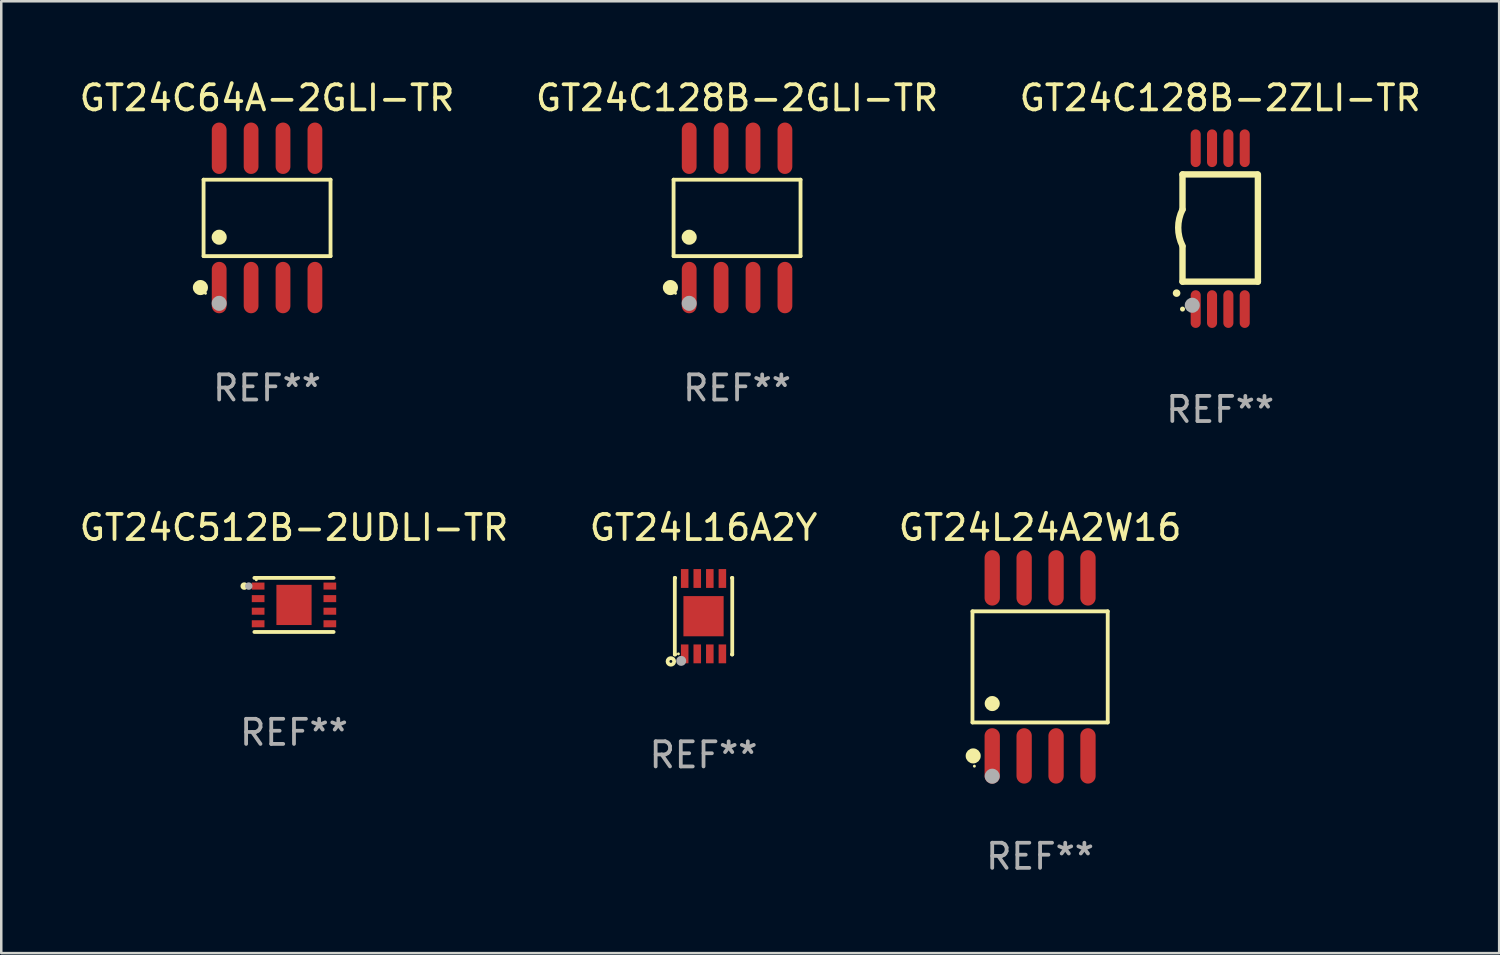
<source format=kicad_pcb>
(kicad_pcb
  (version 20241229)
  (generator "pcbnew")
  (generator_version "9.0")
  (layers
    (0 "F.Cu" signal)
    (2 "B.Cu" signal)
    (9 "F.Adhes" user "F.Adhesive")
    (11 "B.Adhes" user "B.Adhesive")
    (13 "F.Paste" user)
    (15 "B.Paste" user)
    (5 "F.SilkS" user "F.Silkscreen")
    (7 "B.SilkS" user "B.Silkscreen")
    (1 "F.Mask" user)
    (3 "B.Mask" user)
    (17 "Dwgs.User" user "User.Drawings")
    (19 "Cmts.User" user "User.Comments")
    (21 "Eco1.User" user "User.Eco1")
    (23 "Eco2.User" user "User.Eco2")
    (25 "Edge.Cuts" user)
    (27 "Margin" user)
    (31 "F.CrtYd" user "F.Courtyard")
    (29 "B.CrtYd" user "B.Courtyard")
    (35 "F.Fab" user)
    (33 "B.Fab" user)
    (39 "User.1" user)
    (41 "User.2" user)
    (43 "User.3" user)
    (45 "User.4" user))
  (footprint "GT24C128B-2GLI-TR"
    (layer "F.Cu")
    (at 26.28 5.621)
    (property "Reference" "GT24C128B-2GLI-TR" (at 0 -4.772 0) (layer "F.SilkS") (effects (font (size 1 1) (thickness 0.15))))
    (attr through_hole)
    (fp_line (start -2.526 -1.521) (end 2.526 -1.521) (stroke (width 0.152) (type solid)) (layer "F.SilkS"))
    (fp_line (start -2.526 1.521) (end -2.526 -1.521) (stroke (width 0.152) (type solid)) (layer "F.SilkS"))
    (fp_line (start 2.526 -1.521) (end 2.526 1.521) (stroke (width 0.152) (type solid)) (layer "F.SilkS"))
    (fp_line (start 2.526 1.521) (end -2.526 1.521) (stroke (width 0.152) (type solid)) (layer "F.SilkS"))
    (fp_circle (center -2.652 2.772) (end -2.501 2.772) (stroke (width 0.3) (type solid)) (fill no) (layer "F.SilkS"))
    (fp_circle (center -2.45 3) (end -2.42 3) (stroke (width 0.06) (type solid)) (fill no) (layer "F.SilkS"))
    (fp_circle (center -1.905 0.769) (end -1.755 0.769) (stroke (width 0.3) (type solid)) (fill no) (layer "F.SilkS"))
    (fp_circle (center -1.905 3.4) (end -1.755 3.4) (stroke (width 0.3) (type solid)) (fill no) (layer "F.Fab"))
    (fp_text user "REF**" (at 0 6.772 0) (layer "F.Fab") (effects (font (size 1 1) (thickness 0.15))))
    (pad "1" smd oval (at -1.905 2.772) (size 0.588 2.045) (layers "F.Cu" "F.Mask" "F.Paste"))
    (pad "2" smd oval (at -0.635 2.772) (size 0.588 2.045) (layers "F.Cu" "F.Mask" "F.Paste"))
    (pad "3" smd oval (at 0.635 2.772) (size 0.588 2.045) (layers "F.Cu" "F.Mask" "F.Paste"))
    (pad "4" smd oval (at 1.905 2.772) (size 0.588 2.045) (layers "F.Cu" "F.Mask" "F.Paste"))
    (pad "5" smd oval (at 1.905 -2.772) (size 0.588 2.045) (layers "F.Cu" "F.Mask" "F.Paste"))
    (pad "6" smd oval (at 0.635 -2.772) (size 0.588 2.045) (layers "F.Cu" "F.Mask" "F.Paste"))
    (pad "7" smd oval (at -0.635 -2.772) (size 0.588 2.045) (layers "F.Cu" "F.Mask" "F.Paste"))
    (pad "8" smd oval (at -1.905 -2.772) (size 0.588 2.045) (layers "F.Cu" "F.Mask" "F.Paste")))
  (footprint "GT24L24A2W16"
    (layer "F.Cu")
    (at 38.339 23.488)
    (property "Reference" "GT24L24A2W16" (at 0 -5.542 0) (layer "F.SilkS") (effects (font (size 1 1) (thickness 0.15))))
    (attr through_hole)
    (fp_line (start -2.691 -2.211) (end 2.691 -2.211) (stroke (width 0.152) (type solid)) (layer "F.SilkS"))
    (fp_line (start -2.691 2.211) (end -2.691 -2.211) (stroke (width 0.152) (type solid)) (layer "F.SilkS"))
    (fp_line (start 2.691 -2.211) (end 2.691 2.211) (stroke (width 0.152) (type solid)) (layer "F.SilkS"))
    (fp_line (start 2.691 2.211) (end -2.691 2.211) (stroke (width 0.152) (type solid)) (layer "F.SilkS"))
    (fp_circle (center -2.662 3.542) (end -2.512 3.542) (stroke (width 0.3) (type solid)) (fill no) (layer "F.SilkS"))
    (fp_circle (center -2.615 3.95) (end -2.585 3.95) (stroke (width 0.06) (type solid)) (fill no) (layer "F.SilkS"))
    (fp_circle (center -1.905 1.459) (end -1.755 1.459) (stroke (width 0.3) (type solid)) (fill no) (layer "F.SilkS"))
    (fp_circle (center -1.905 4.35) (end -1.755 4.35) (stroke (width 0.3) (type solid)) (fill no) (layer "F.Fab"))
    (fp_text user "REF**" (at 0 7.542 0) (layer "F.Fab") (effects (font (size 1 1) (thickness 0.15))))
    (pad "1" smd oval (at -1.905 3.542) (size 0.609 2.204) (layers "F.Cu" "F.Mask" "F.Paste"))
    (pad "2" smd oval (at -0.635 3.542) (size 0.609 2.204) (layers "F.Cu" "F.Mask" "F.Paste"))
    (pad "3" smd oval (at 0.635 3.542) (size 0.609 2.204) (layers "F.Cu" "F.Mask" "F.Paste"))
    (pad "4" smd oval (at 1.905 3.542) (size 0.609 2.204) (layers "F.Cu" "F.Mask" "F.Paste"))
    (pad "5" smd oval (at 1.905 -3.542) (size 0.609 2.204) (layers "F.Cu" "F.Mask" "F.Paste"))
    (pad "6" smd oval (at 0.635 -3.542) (size 0.609 2.204) (layers "F.Cu" "F.Mask" "F.Paste"))
    (pad "7" smd oval (at -0.635 -3.542) (size 0.609 2.204) (layers "F.Cu" "F.Mask" "F.Paste"))
    (pad "8" smd oval (at -1.905 -3.542) (size 0.609 2.204) (layers "F.Cu" "F.Mask" "F.Paste")))
  (footprint "GT24C64A-2GLI-TR"
    (layer "F.Cu")
    (at 7.577 5.621)
    (property "Reference" "GT24C64A-2GLI-TR" (at 0 -4.772 0) (layer "F.SilkS") (effects (font (size 1 1) (thickness 0.15))))
    (attr through_hole)
    (fp_line (start -2.526 -1.521) (end 2.526 -1.521) (stroke (width 0.152) (type solid)) (layer "F.SilkS"))
    (fp_line (start -2.526 1.521) (end -2.526 -1.521) (stroke (width 0.152) (type solid)) (layer "F.SilkS"))
    (fp_line (start 2.526 -1.521) (end 2.526 1.521) (stroke (width 0.152) (type solid)) (layer "F.SilkS"))
    (fp_line (start 2.526 1.521) (end -2.526 1.521) (stroke (width 0.152) (type solid)) (layer "F.SilkS"))
    (fp_circle (center -2.652 2.772) (end -2.501 2.772) (stroke (width 0.3) (type solid)) (fill no) (layer "F.SilkS"))
    (fp_circle (center -2.45 3) (end -2.42 3) (stroke (width 0.06) (type solid)) (fill no) (layer "F.SilkS"))
    (fp_circle (center -1.905 0.769) (end -1.755 0.769) (stroke (width 0.3) (type solid)) (fill no) (layer "F.SilkS"))
    (fp_circle (center -1.905 3.4) (end -1.755 3.4) (stroke (width 0.3) (type solid)) (fill no) (layer "F.Fab"))
    (fp_text user "REF**" (at 0 6.772 0) (layer "F.Fab") (effects (font (size 1 1) (thickness 0.15))))
    (pad "1" smd oval (at -1.905 2.772) (size 0.588 2.045) (layers "F.Cu" "F.Mask" "F.Paste"))
    (pad "2" smd oval (at -0.635 2.772) (size 0.588 2.045) (layers "F.Cu" "F.Mask" "F.Paste"))
    (pad "3" smd oval (at 0.635 2.772) (size 0.588 2.045) (layers "F.Cu" "F.Mask" "F.Paste"))
    (pad "4" smd oval (at 1.905 2.772) (size 0.588 2.045) (layers "F.Cu" "F.Mask" "F.Paste"))
    (pad "5" smd oval (at 1.905 -2.772) (size 0.588 2.045) (layers "F.Cu" "F.Mask" "F.Paste"))
    (pad "6" smd oval (at 0.635 -2.772) (size 0.588 2.045) (layers "F.Cu" "F.Mask" "F.Paste"))
    (pad "7" smd oval (at -0.635 -2.772) (size 0.588 2.045) (layers "F.Cu" "F.Mask" "F.Paste"))
    (pad "8" smd oval (at -1.905 -2.772) (size 0.588 2.045) (layers "F.Cu" "F.Mask" "F.Paste")))
  (footprint "GT24C128B-2ZLI-TR"
    (layer "F.Cu")
    (at 45.506 6.049)
    (property "Reference" "GT24C128B-2ZLI-TR" (at 0 -5.2 0) (layer "F.SilkS") (effects (font (size 1 1) (thickness 0.15))))
    (attr through_hole)
    (fp_line (start -1.5 -0.762) (end -1.5 -2.159) (stroke (width 0.254) (type solid)) (layer "F.SilkS"))
    (fp_line (start -1.5 2.108) (end -1.5 0.711) (stroke (width 0.254) (type solid)) (layer "F.SilkS"))
    (fp_line (start -1.5 2.108) (end 1.5 2.108) (stroke (width 0.254) (type solid)) (layer "F.SilkS"))
    (fp_line (start 1.463 -2.159) (end -1.5 -2.159) (stroke (width 0.254) (type solid)) (layer "F.SilkS"))
    (fp_line (start 1.5 2.108) (end 1.5 -2.159) (stroke (width 0.254) (type solid)) (layer "F.SilkS"))
    (fp_arc (start -1.737287 2.565405) (mid -1.736017 2.5654) (end -1.734747 2.565405) (stroke (width 0.3) (type solid)) (layer "F.SilkS"))
    (fp_arc (start -1.500076 0.685801) (mid -1.670966 -0.0381) (end -1.500076 -0.762002) (stroke (width 0.254001) (type solid)) (layer "F.SilkS"))
    (fp_circle (center -1.5 3.2) (end -1.45 3.2) (stroke (width 0.1) (type solid)) (fill no) (layer "F.SilkS"))
    (fp_circle (center -1.112 3.048) (end -0.962 3.048) (stroke (width 0.3) (type solid)) (fill no) (layer "F.Fab"))
    (fp_text user "REF**" (at 0 7.2 0) (layer "F.Fab") (effects (font (size 1 1) (thickness 0.15))))
    (pad "1" smd oval (at -0.975 3.2 180) (size 0.4 1.5) (layers "F.Cu" "F.Mask" "F.Paste"))
    (pad "2" smd oval (at -0.325 3.2 180) (size 0.4 1.5) (layers "F.Cu" "F.Mask" "F.Paste"))
    (pad "3" smd oval (at 0.325 3.2 180) (size 0.4 1.5) (layers "F.Cu" "F.Mask" "F.Paste"))
    (pad "4" smd oval (at 0.976 3.2 180) (size 0.4 1.5) (layers "F.Cu" "F.Mask" "F.Paste"))
    (pad "5" smd oval (at 0.976 -3.2 180) (size 0.4 1.5) (layers "F.Cu" "F.Mask" "F.Paste"))
    (pad "6" smd oval (at 0.325 -3.2 180) (size 0.4 1.5) (layers "F.Cu" "F.Mask" "F.Paste"))
    (pad "7" smd oval (at -0.325 -3.2 180) (size 0.4 1.5) (layers "F.Cu" "F.Mask" "F.Paste"))
    (pad "8" smd oval (at -0.975 -3.2 180) (size 0.4 1.5) (layers "F.Cu" "F.Mask" "F.Paste")))
  (footprint "GT24L16A2Y"
    (layer "F.Cu")
    (at 24.946 21.47)
    (property "Reference" "GT24L16A2Y" (at 0 -3.524 0) (layer "F.SilkS") (effects (font (size 1 1) (thickness 0.15))))
    (attr through_hole)
    (fp_line (start -1.143 -1.524) (end -1.143 1.524) (stroke (width 0.15) (type solid)) (layer "F.SilkS"))
    (fp_line (start -1.143 1.524) (end -1.129 1.524) (stroke (width 0.15) (type solid)) (layer "F.SilkS"))
    (fp_line (start -1.129 -1.524) (end -1.143 -1.524) (stroke (width 0.15) (type solid)) (layer "F.SilkS"))
    (fp_line (start 1.129 1.524) (end 1.143 1.524) (stroke (width 0.15) (type solid)) (layer "F.SilkS"))
    (fp_line (start 1.143 -1.524) (end 1.129 -1.524) (stroke (width 0.15) (type solid)) (layer "F.SilkS"))
    (fp_line (start 1.143 1.524) (end 1.143 -1.524) (stroke (width 0.15) (type solid)) (layer "F.SilkS"))
    (fp_circle (center -1.3 1.8) (end -1.243 1.8) (stroke (width 0.15) (type solid)) (fill no) (layer "F.SilkS"))
    (fp_circle (center -1 1.5) (end -0.97 1.5) (stroke (width 0.06) (type solid)) (fill no) (layer "F.SilkS"))
    (fp_circle (center -0.889 1.778) (end -0.789 1.778) (stroke (width 0.2) (type solid)) (fill no) (layer "F.Fab"))
    (fp_text user "REF**" (at 0 5.524 0) (layer "F.Fab") (effects (font (size 1 1) (thickness 0.15))))
    (pad "1" smd rect (at -0.75 1.5 90) (size 0.75 0.3) (layers "F.Cu" "F.Mask" "F.Paste"))
    (pad "2" smd rect (at -0.25 1.5 90) (size 0.75 0.3) (layers "F.Cu" "F.Mask" "F.Paste"))
    (pad "3" smd rect (at 0.25 1.5 90) (size 0.75 0.3) (layers "F.Cu" "F.Mask" "F.Paste"))
    (pad "4" smd rect (at 0.75 1.5 90) (size 0.75 0.3) (layers "F.Cu" "F.Mask" "F.Paste"))
    (pad "5" smd rect (at 0.75 -1.5 90) (size 0.75 0.3) (layers "F.Cu" "F.Mask" "F.Paste"))
    (pad "6" smd rect (at 0.25 -1.5 90) (size 0.75 0.3) (layers "F.Cu" "F.Mask" "F.Paste"))
    (pad "7" smd rect (at -0.25 -1.5 90) (size 0.75 0.3) (layers "F.Cu" "F.Mask" "F.Paste"))
    (pad "8" smd rect (at -0.75 -1.5 90) (size 0.75 0.3) (layers "F.Cu" "F.Mask" "F.Paste"))
    (pad "9" smd rect (at -0.000203 0.000457 90) (size 1.6 1.6) (layers "F.Cu" "F.Mask" "F.Paste")))
  (footprint "GT24C512B-2UDLI-TR"
    (layer "F.Cu")
    (at 8.649 21.022)
    (property "Reference" "GT24C512B-2UDLI-TR" (at 0 -3.076 0) (layer "F.SilkS") (effects (font (size 1 1) (thickness 0.15))))
    (attr through_hole)
    (fp_line (start -1.576 -1.076) (end 1.576 -1.076) (stroke (width 0.152) (type solid)) (layer "F.SilkS"))
    (fp_line (start -1.576 1.076) (end 1.576 1.076) (stroke (width 0.152) (type solid)) (layer "F.SilkS"))
    (fp_circle (center -1.98 -0.75) (end -1.905 -0.75) (stroke (width 0.15) (type solid)) (fill no) (layer "F.SilkS"))
    (fp_circle (center -1.5 -1) (end -1.47 -1) (stroke (width 0.06) (type solid)) (fill no) (layer "F.SilkS"))
    (fp_circle (center -1.8 -0.75) (end -1.725 -0.75) (stroke (width 0.15) (type solid)) (fill no) (layer "F.Fab"))
    (fp_text user "REF**" (at 0 5.076 0) (layer "F.Fab") (effects (font (size 1 1) (thickness 0.15))))
    (pad "1" smd rect (at -1.427 -0.75) (size 0.505 0.28) (layers "F.Cu" "F.Mask" "F.Paste"))
    (pad "2" smd rect (at -1.427 -0.25) (size 0.505 0.28) (layers "F.Cu" "F.Mask" "F.Paste"))
    (pad "3" smd rect (at -1.427 0.25) (size 0.505 0.28) (layers "F.Cu" "F.Mask" "F.Paste"))
    (pad "4" smd rect (at -1.427 0.75) (size 0.505 0.28) (layers "F.Cu" "F.Mask" "F.Paste"))
    (pad "5" smd rect (at 1.427 0.75) (size 0.505 0.28) (layers "F.Cu" "F.Mask" "F.Paste"))
    (pad "6" smd rect (at 1.427 0.25) (size 0.505 0.28) (layers "F.Cu" "F.Mask" "F.Paste"))
    (pad "7" smd rect (at 1.427 -0.25) (size 0.505 0.28) (layers "F.Cu" "F.Mask" "F.Paste"))
    (pad "8" smd rect (at 1.427 -0.75) (size 0.505 0.28) (layers "F.Cu" "F.Mask" "F.Paste"))
    (pad "9" smd rect (at 0 0) (size 1.4 1.6) (layers "F.Cu" "F.Mask" "F.Paste")))
  (gr_rect
    (start -3 -3)
    (end 56.607 34.878)
    (stroke (width 0.1) (type default))
    (fill no)
    (layer "Edge.Cuts")))
</source>
